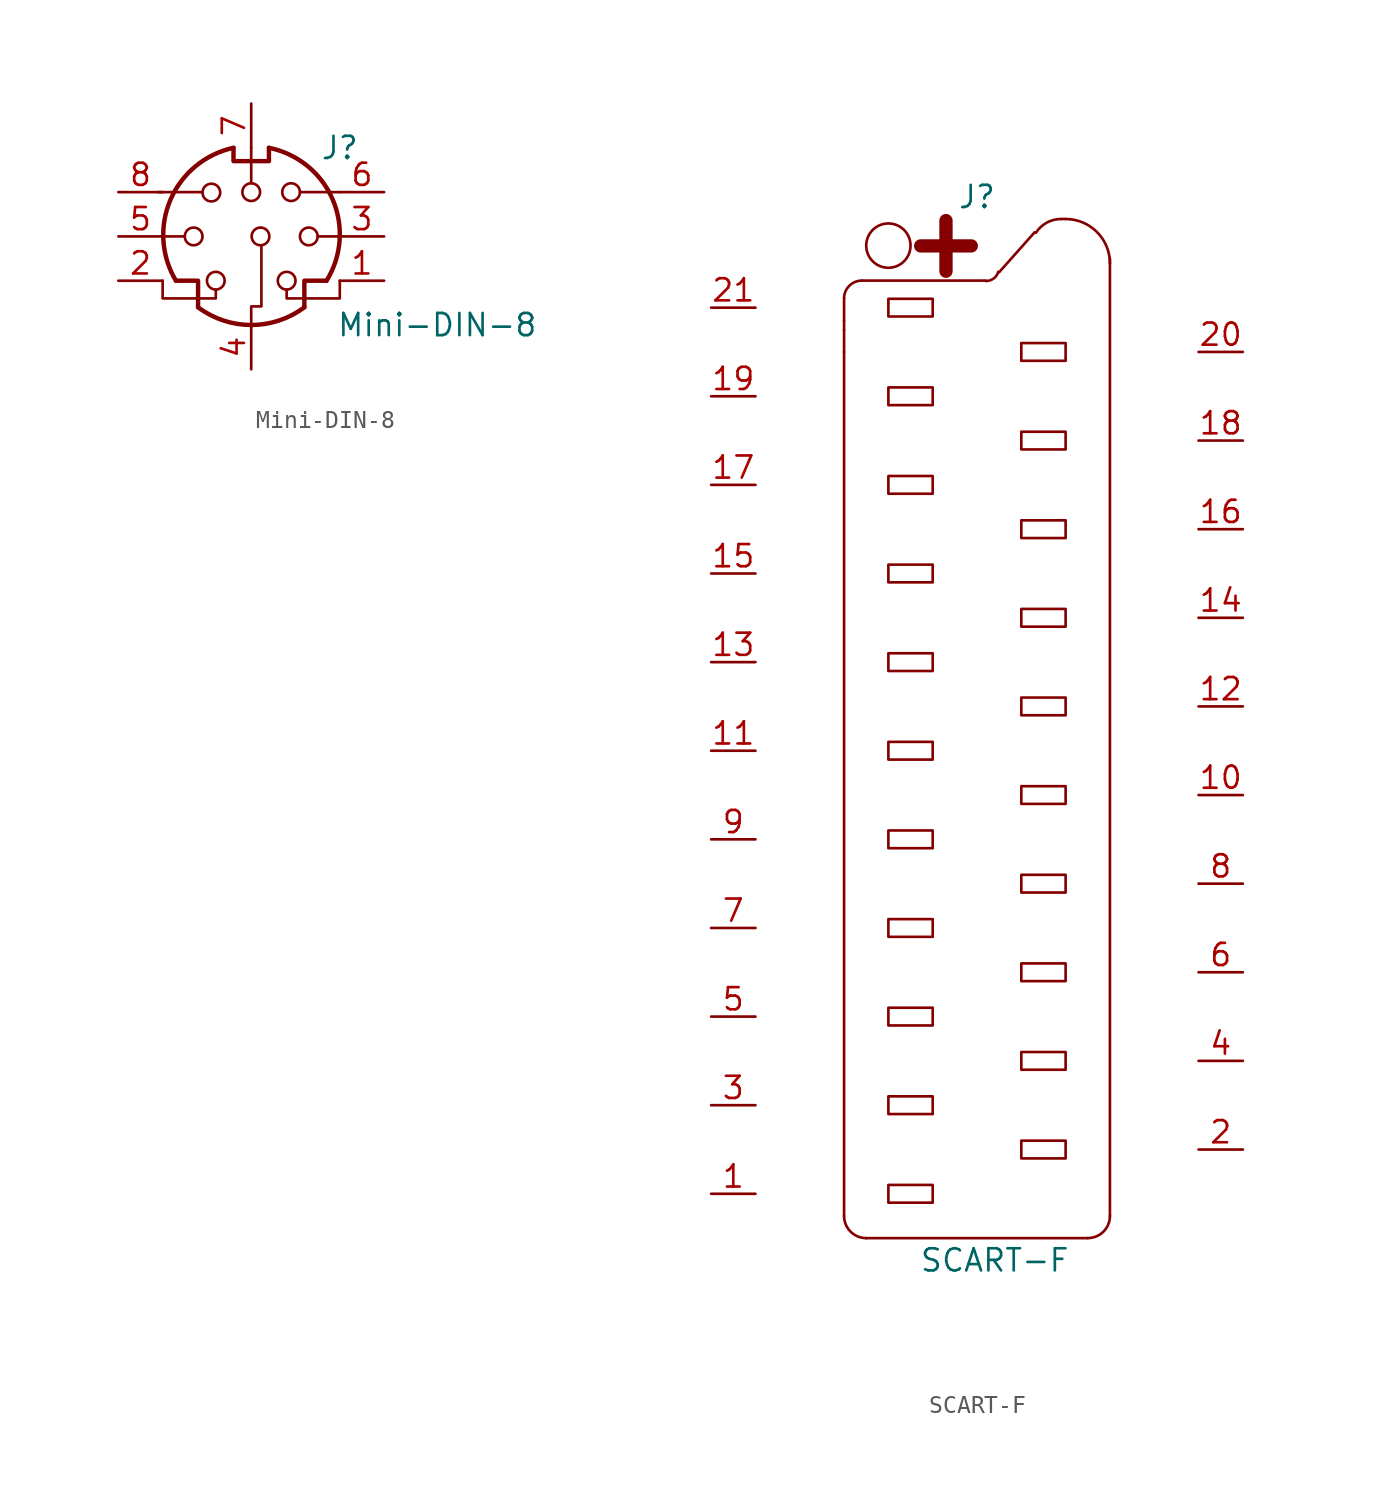
<source format=kicad_sym>
(kicad_symbol_lib
  (version 20211014)
  (generator kicad_symbol_editor)
  (symbol "Mini-DIN-8"
    (pin_names
      (offset 1.016))
    (property "Reference" "J"
      (at 5.08 5.08 0)
      (effects (font (size 1.27 1.27))))
    (property "Value" "Mini-DIN-8"
      (at 10.668 -5.08 0)
      (effects (font (size 1.27 1.27))))
    (symbol "Mini-DIN-8_0_1"
      (circle (center -3.302 0) (radius 0.508) (stroke (width 0) (type default) (color 0 0 0 0)) (fill (type none)))
      (arc (start -3.048 -4.064) (mid 0 -5.08) (end 3.048 -4.064) (stroke (width 0.254) (type default) (color 0 0 0 0)) (fill (type none)))
      (circle (center -2.286 2.515) (radius 0.508) (stroke (width 0) (type default) (color 0 0 0 0)) (fill (type none)))
      (circle (center -2.032 -2.54) (radius 0.508) (stroke (width 0) (type default) (color 0 0 0 0)) (fill (type none)))
      (arc (start -1.016 5.08) (mid -4.6243 2.1181) (end -4.318 -2.54) (stroke (width 0.254) (type default) (color 0 0 0 0)) (fill (type none)))
      (polyline (pts (xy -3.81 0) (xy -5.08 0)) (stroke (width 0) (type default) (color 0 0 0 0)) (fill (type none)))
      (polyline (pts (xy -2.794 2.54) (xy -5.334 2.54)) (stroke (width 0) (type default) (color 0 0 0 0)) (fill (type none)))
      (polyline (pts (xy 0 5.105) (xy 0 3.048)) (stroke (width 0) (type default) (color 0 0 0 0)) (fill (type none)))
      (polyline (pts (xy 2.794 2.54) (xy 5.08 2.54)) (stroke (width 0) (type default) (color 0 0 0 0)) (fill (type none)))
      (polyline (pts (xy 5.08 0) (xy 3.81 0)) (stroke (width 0) (type default) (color 0 0 0 0)) (fill (type none)))
      (polyline (pts (xy -4.318 -2.54) (xy -3.048 -2.54) (xy -3.048 -4.064)) (stroke (width 0.254) (type default) (color 0 0 0 0)) (fill (type none)))
      (polyline (pts (xy 4.318 -2.54) (xy 3.048 -2.54) (xy 3.048 -4.064)) (stroke (width 0.254) (type default) (color 0 0 0 0)) (fill (type none)))
      (polyline (pts (xy -2.032 -3.048) (xy -2.032 -3.556) (xy -5.08 -3.556) (xy -5.08 -2.54)) (stroke (width 0) (type default) (color 0 0 0 0)) (fill (type none)))
      (polyline (pts (xy -1.016 5.08) (xy -1.016 4.318) (xy 1.016 4.318) (xy 1.016 5.08)) (stroke (width 0.254) (type default) (color 0 0 0 0)) (fill (type none)))
      (polyline (pts (xy 0.584 -0.508) (xy 0.584 -4.013) (xy 0 -4.013) (xy 0 -5.182)) (stroke (width 0) (type default) (color 0 0 0 0)) (fill (type none)))
      (polyline (pts (xy 2.032 -3.048) (xy 2.032 -3.556) (xy 5.08 -3.556) (xy 5.08 -2.54)) (stroke (width 0) (type default) (color 0 0 0 0)) (fill (type none)))
      (circle (center 0 2.54) (radius 0.508) (stroke (width 0) (type default) (color 0 0 0 0)) (fill (type none)))
      (circle (center 2.032 -2.54) (radius 0.508) (stroke (width 0) (type default) (color 0 0 0 0)) (fill (type none)))
      (circle (center 2.286 2.54) (radius 0.508) (stroke (width 0) (type default) (color 0 0 0 0)) (fill (type none)))
      (circle (center 3.302 0) (radius 0.508) (stroke (width 0) (type default) (color 0 0 0 0)) (fill (type none)))
      (arc (start 4.318 -2.54) (mid 4.6646 2.1357) (end 1.016 5.08) (stroke (width 0.254) (type default) (color 0 0 0 0)) (fill (type none))))
    (symbol "Mini-DIN-8_1_1"
      (circle (center 0.533 0) (radius 0.508) (stroke (width 0) (type default) (color 0 0 0 0)) (fill (type none)))
      (pin passive line (at 7.62 -2.54 180) (length 2.54) (name "~" (effects (font (size 1.27 1.27)))) (number "1" (effects (font (size 1.27 1.27)))))
      (pin passive line (at -7.62 -2.54 0) (length 2.54) (name "~" (effects (font (size 1.27 1.27)))) (number "2" (effects (font (size 1.27 1.27)))))
      (pin passive line (at 7.62 0 180) (length 2.54) (name "~" (effects (font (size 1.27 1.27)))) (number "3" (effects (font (size 1.27 1.27)))))
      (pin passive line (at 0 -7.62 90) (length 2.54) (name "~" (effects (font (size 1.27 1.27)))) (number "4" (effects (font (size 1.27 1.27)))))
      (pin passive line (at -7.62 0 0) (length 2.54) (name "~" (effects (font (size 1.27 1.27)))) (number "5" (effects (font (size 1.27 1.27)))))
      (pin passive line (at 7.62 2.54 180) (length 2.54) (name "~" (effects (font (size 1.27 1.27)))) (number "6" (effects (font (size 1.27 1.27)))))
      (pin passive line (at 0 7.62 270) (length 2.54) (name "~" (effects (font (size 1.27 1.27)))) (number "7" (effects (font (size 1.27 1.27)))))
      (pin passive line (at -7.62 2.54 0) (length 2.54) (name "~" (effects (font (size 1.27 1.27)))) (number "8" (effects (font (size 1.27 1.27)))))))
  (symbol "SCART-F"
    (pin_names
      (offset 0.762) hide)
    (property "Reference" "J"
      (at 0 31.75 0)
      (effects (font (size 1.27 1.27))))
    (property "Value" "SCART-F"
      (at 1.016 -29.21 0)
      (effects (font (size 1.27 1.27))))
    (symbol "SCART-F_0_1"
      (arc (start -7.62 -26.67) (mid -7.248 -27.568) (end -6.35 -27.94) (stroke (width 0) (type default) (color 0 0 0 0)) (fill (type none)))
      (arc (start -6.604 26.9494) (mid -7.3224 26.6518) (end -7.62 25.9334) (stroke (width 0) (type default) (color 0 0 0 0)) (fill (type none)))
      (rectangle (start -5.08 -24.892) (end -2.54 -25.908) (stroke (width 0) (type default) (color 0 0 0 0)) (fill (type none)))
      (rectangle (start -5.08 -19.812) (end -2.54 -20.828) (stroke (width 0) (type default) (color 0 0 0 0)) (fill (type none)))
      (rectangle (start -5.08 -14.732) (end -2.54 -15.748) (stroke (width 0) (type default) (color 0 0 0 0)) (fill (type none)))
      (rectangle (start -5.08 -9.652) (end -2.54 -10.668) (stroke (width 0) (type default) (color 0 0 0 0)) (fill (type none)))
      (rectangle (start -5.08 -4.572) (end -2.54 -5.588) (stroke (width 0) (type default) (color 0 0 0 0)) (fill (type none)))
      (rectangle (start -5.08 0.508) (end -2.54 -0.508) (stroke (width 0) (type default) (color 0 0 0 0)) (fill (type none)))
      (rectangle (start -5.08 5.588) (end -2.54 4.572) (stroke (width 0) (type default) (color 0 0 0 0)) (fill (type none)))
      (rectangle (start -5.08 10.668) (end -2.54 9.652) (stroke (width 0) (type default) (color 0 0 0 0)) (fill (type none)))
      (rectangle (start -5.08 15.748) (end -2.54 14.732) (stroke (width 0) (type default) (color 0 0 0 0)) (fill (type none)))
      (rectangle (start -5.08 20.828) (end -2.54 19.812) (stroke (width 0) (type default) (color 0 0 0 0)) (fill (type none)))
      (rectangle (start -5.08 25.908) (end -2.54 24.892) (stroke (width 0) (type default) (color 0 0 0 0)) (fill (type none)))
      (circle (center -5.08 28.956) (radius 1.27) (stroke (width 0) (type default) (color 0 0 0 0)) (fill (type none)))
      (polyline (pts (xy -7.62 22.86) (xy -7.62 -26.67)) (stroke (width 0) (type default) (color 0 0 0 0)) (fill (type none)))
      (polyline (pts (xy -7.62 22.86) (xy -7.62 24.13)) (stroke (width 0) (type default) (color 0 0 0 0)) (fill (type none)))
      (polyline (pts (xy -7.62 24.663) (xy -7.62 24.13)) (stroke (width 0) (type default) (color 0 0 0 0)) (fill (type none)))
      (polyline (pts (xy -7.62 24.663) (xy -7.62 25.933)) (stroke (width 0) (type default) (color 0 0 0 0)) (fill (type none)))
      (polyline (pts (xy -6.604 26.949) (xy 0.508 26.949)) (stroke (width 0) (type default) (color 0 0 0 0)) (fill (type none)))
      (polyline (pts (xy -6.35 -27.94) (xy 6.35 -27.94)) (stroke (width 0) (type default) (color 0 0 0 0)) (fill (type none)))
      (polyline (pts (xy 3.302 29.718) (xy 1.27 27.432)) (stroke (width 0) (type default) (color 0 0 0 0)) (fill (type none)))
      (polyline (pts (xy 4.826 30.48) (xy 5.08 30.48)) (stroke (width 0) (type default) (color 0 0 0 0)) (fill (type none)))
      (polyline (pts (xy 7.62 -26.67) (xy 7.62 28.219)) (stroke (width 0) (type default) (color 0 0 0 0)) (fill (type none)))
      (arc (start 0.508 26.924) (mid 0.955 27.0688) (end 1.2192 27.4574) (stroke (width 0) (type default) (color 0 0 0 0)) (fill (type none)))
      (rectangle (start 2.54 -22.352) (end 5.08 -23.368) (stroke (width 0) (type default) (color 0 0 0 0)) (fill (type none)))
      (rectangle (start 2.54 -17.272) (end 5.08 -18.288) (stroke (width 0) (type default) (color 0 0 0 0)) (fill (type none)))
      (rectangle (start 2.54 -12.192) (end 5.08 -13.208) (stroke (width 0) (type default) (color 0 0 0 0)) (fill (type none)))
      (rectangle (start 2.54 -7.112) (end 5.08 -8.128) (stroke (width 0) (type default) (color 0 0 0 0)) (fill (type none)))
      (rectangle (start 2.54 -2.032) (end 5.08 -3.048) (stroke (width 0) (type default) (color 0 0 0 0)) (fill (type none)))
      (rectangle (start 2.54 3.048) (end 5.08 2.032) (stroke (width 0) (type default) (color 0 0 0 0)) (fill (type none)))
      (rectangle (start 2.54 8.128) (end 5.08 7.112) (stroke (width 0) (type default) (color 0 0 0 0)) (fill (type none)))
      (rectangle (start 2.54 13.208) (end 5.08 12.192) (stroke (width 0) (type default) (color 0 0 0 0)) (fill (type none)))
      (rectangle (start 2.54 18.288) (end 5.08 17.272) (stroke (width 0) (type default) (color 0 0 0 0)) (fill (type none)))
      (rectangle (start 2.54 23.368) (end 5.08 22.352) (stroke (width 0) (type default) (color 0 0 0 0)) (fill (type none)))
      (arc (start 4.826 30.48) (mid 4.0004 30.2733) (end 3.3782 29.6926) (stroke (width 0) (type default) (color 0 0 0 0)) (fill (type none)))
      (arc (start 6.35 -27.94) (mid 7.248 -27.568) (end 7.62 -26.67) (stroke (width 0) (type default) (color 0 0 0 0)) (fill (type none)))
      (arc (start 7.62 27.94) (mid 6.8761 29.7361) (end 5.08 30.48) (stroke (width 0) (type default) (color 0 0 0 0)) (fill (type none)))
      (text "+" (at -1.778 29.21 0) (effects (font (size 3.81 3.81) bold))))
    (symbol "SCART-F_1_1"
      (pin passive line (at -15.24 -25.4 0) (length 2.54) (name "P1" (effects (font (size 1.27 1.27)))) (number "1" (effects (font (size 1.27 1.27)))))
      (pin passive line (at 15.24 -2.54 180) (length 2.54) (name "P10" (effects (font (size 1.27 1.27)))) (number "10" (effects (font (size 1.27 1.27)))))
      (pin passive line (at -15.24 0 0) (length 2.54) (name "P11" (effects (font (size 1.27 1.27)))) (number "11" (effects (font (size 1.27 1.27)))))
      (pin passive line (at 15.24 2.54 180) (length 2.54) (name "P12" (effects (font (size 1.27 1.27)))) (number "12" (effects (font (size 1.27 1.27)))))
      (pin passive line (at -15.24 5.08 0) (length 2.54) (name "P13" (effects (font (size 1.27 1.27)))) (number "13" (effects (font (size 1.27 1.27)))))
      (pin passive line (at 15.24 7.62 180) (length 2.54) (name "P14" (effects (font (size 1.27 1.27)))) (number "14" (effects (font (size 1.27 1.27)))))
      (pin passive line (at -15.24 10.16 0) (length 2.54) (name "P15" (effects (font (size 1.27 1.27)))) (number "15" (effects (font (size 1.27 1.27)))))
      (pin passive line (at 15.24 12.7 180) (length 2.54) (name "P16" (effects (font (size 1.27 1.27)))) (number "16" (effects (font (size 1.27 1.27)))))
      (pin passive line (at -15.24 15.24 0) (length 2.54) (name "P17" (effects (font (size 1.27 1.27)))) (number "17" (effects (font (size 1.27 1.27)))))
      (pin passive line (at 15.24 17.78 180) (length 2.54) (name "P18" (effects (font (size 1.27 1.27)))) (number "18" (effects (font (size 1.27 1.27)))))
      (pin passive line (at -15.24 20.32 0) (length 2.54) (name "P19" (effects (font (size 1.27 1.27)))) (number "19" (effects (font (size 1.27 1.27)))))
      (pin passive line (at 15.24 -22.86 180) (length 2.54) (name "P2" (effects (font (size 1.27 1.27)))) (number "2" (effects (font (size 1.27 1.27)))))
      (pin passive line (at 15.24 22.86 180) (length 2.54) (name "P20" (effects (font (size 1.27 1.27)))) (number "20" (effects (font (size 1.27 1.27)))))
      (pin passive line (at -15.24 25.4 0) (length 2.54) (name "P21" (effects (font (size 1.27 1.27)))) (number "21" (effects (font (size 1.27 1.27)))))
      (pin passive line (at -15.24 -20.32 0) (length 2.54) (name "P3" (effects (font (size 1.27 1.27)))) (number "3" (effects (font (size 1.27 1.27)))))
      (pin passive line (at 15.24 -17.78 180) (length 2.54) (name "P4" (effects (font (size 1.27 1.27)))) (number "4" (effects (font (size 1.27 1.27)))))
      (pin passive line (at -15.24 -15.24 0) (length 2.54) (name "P5" (effects (font (size 1.27 1.27)))) (number "5" (effects (font (size 1.27 1.27)))))
      (pin passive line (at 15.24 -12.7 180) (length 2.54) (name "P6" (effects (font (size 1.27 1.27)))) (number "6" (effects (font (size 1.27 1.27)))))
      (pin passive line (at -15.24 -10.16 0) (length 2.54) (name "P7" (effects (font (size 1.27 1.27)))) (number "7" (effects (font (size 1.27 1.27)))))
      (pin passive line (at 15.24 -7.62 180) (length 2.54) (name "P8" (effects (font (size 1.27 1.27)))) (number "8" (effects (font (size 1.27 1.27)))))
      (pin passive line (at -15.24 -5.08 0) (length 2.54) (name "P9" (effects (font (size 1.27 1.27)))) (number "9" (effects (font (size 1.27 1.27))))))))
</source>
